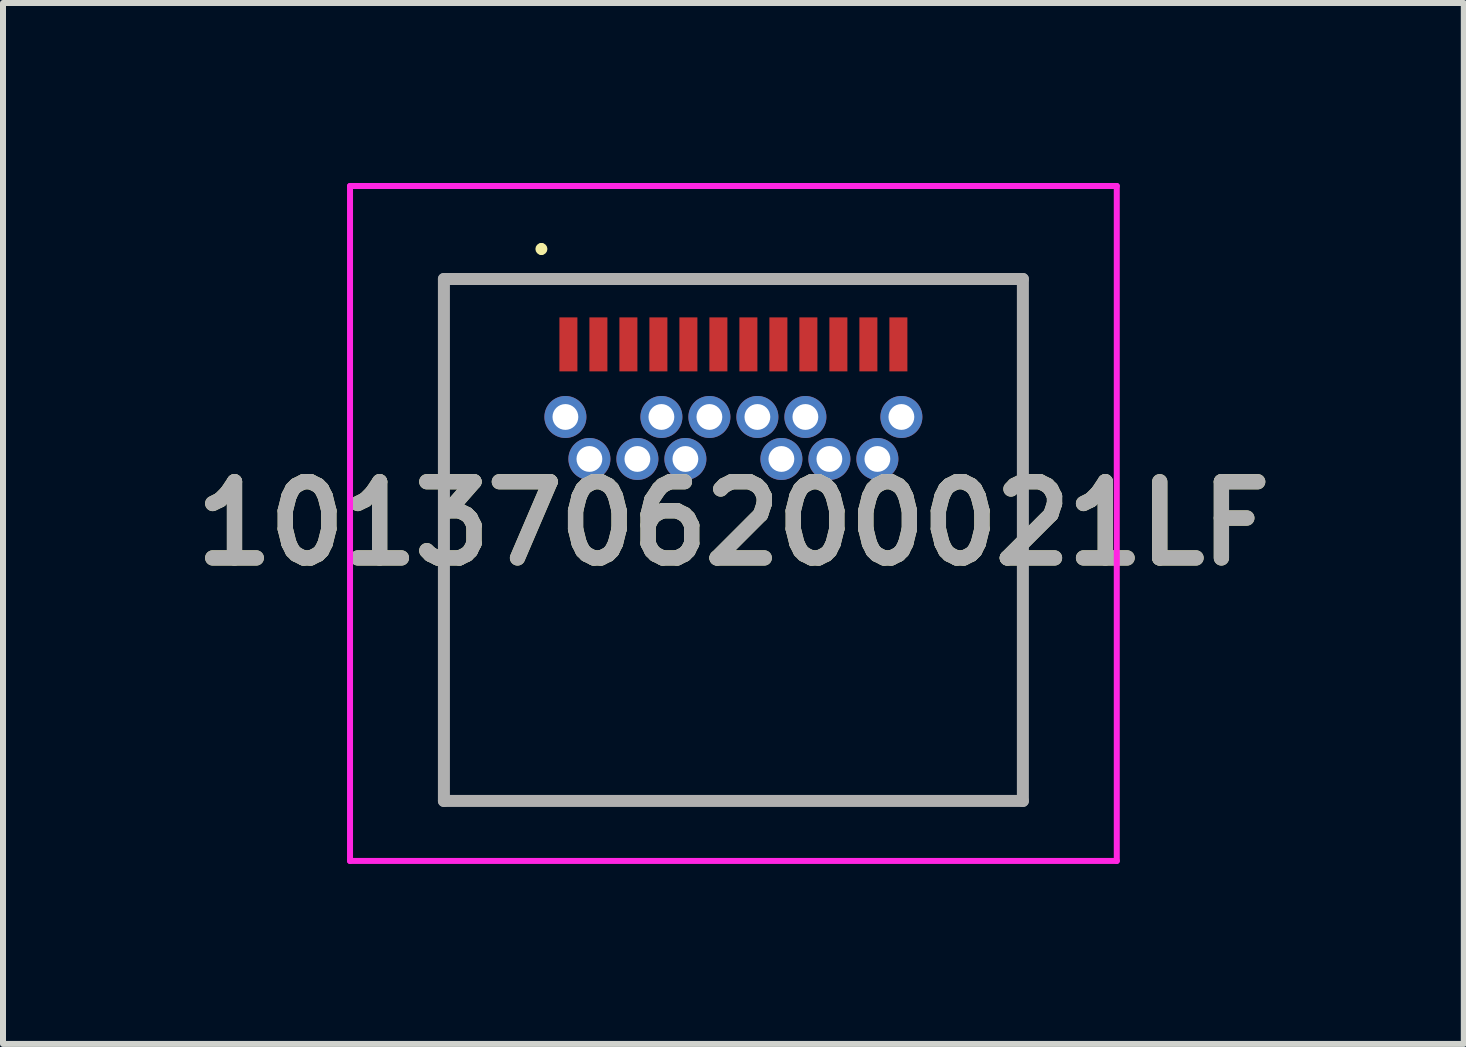
<source format=kicad_pcb>
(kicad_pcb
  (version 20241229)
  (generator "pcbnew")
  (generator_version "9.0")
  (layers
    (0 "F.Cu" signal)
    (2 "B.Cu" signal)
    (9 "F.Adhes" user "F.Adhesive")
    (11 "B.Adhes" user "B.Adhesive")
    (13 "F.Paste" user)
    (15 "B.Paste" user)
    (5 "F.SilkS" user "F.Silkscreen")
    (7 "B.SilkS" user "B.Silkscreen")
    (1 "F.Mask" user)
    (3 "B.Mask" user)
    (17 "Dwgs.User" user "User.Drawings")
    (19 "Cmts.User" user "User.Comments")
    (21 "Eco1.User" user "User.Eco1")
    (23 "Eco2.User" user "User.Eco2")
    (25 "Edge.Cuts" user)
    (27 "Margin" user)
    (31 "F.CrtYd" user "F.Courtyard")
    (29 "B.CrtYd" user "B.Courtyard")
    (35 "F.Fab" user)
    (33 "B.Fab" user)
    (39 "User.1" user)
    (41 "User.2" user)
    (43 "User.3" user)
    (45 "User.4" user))
  (footprint "1013706200021LF"
    (layer "F.Cu")
    (at 9.174 4.5)
    (property "Reference" "1013706200021LF" (at 0 1.175 0) (layer "F.SilkS") (effects (font (size 1.27 1.27) (thickness 0.254))))
    (attr through_hole)
    (fp_line (start -3.2 -3.45) (end -3.2 -3.45) (stroke (width 0.1) (type solid)) (layer "F.SilkS"))
    (fp_line (start -3.2 -3.35) (end -3.2 -3.35) (stroke (width 0.1) (type solid)) (layer "F.SilkS"))
    (fp_arc (start -3.2 -3.45) (mid -3.15 -3.4) (end -3.2 -3.35) (stroke (width 0.1) (type solid)) (layer "F.SilkS"))
    (fp_arc (start -3.2 -3.35) (mid -3.25 -3.4) (end -3.2 -3.45) (stroke (width 0.1) (type solid)) (layer "F.SilkS"))
    (fp_line (start -6.39 -4.45) (end 6.39 -4.45) (stroke (width 0.1) (type solid)) (layer "F.CrtYd"))
    (fp_line (start -6.39 6.8) (end -6.39 -4.45) (stroke (width 0.1) (type solid)) (layer "F.CrtYd"))
    (fp_line (start 6.39 -4.45) (end 6.39 6.8) (stroke (width 0.1) (type solid)) (layer "F.CrtYd"))
    (fp_line (start 6.39 6.8) (end -6.39 6.8) (stroke (width 0.1) (type solid)) (layer "F.CrtYd"))
    (fp_line (start -4.825 -2.9) (end 4.825 -2.9) (stroke (width 0.2) (type solid)) (layer "F.Fab"))
    (fp_line (start -4.825 5.8) (end -4.825 -2.9) (stroke (width 0.2) (type solid)) (layer "F.Fab"))
    (fp_line (start 4.825 -2.9) (end 4.825 5.8) (stroke (width 0.2) (type solid)) (layer "F.Fab"))
    (fp_line (start 4.825 5.8) (end -4.825 5.8) (stroke (width 0.2) (type solid)) (layer "F.Fab"))
    (fp_text user "${REFERENCE}" (at 0 1.175 0) (layer "F.Fab") (effects (font (size 1.27 1.27) (thickness 0.254))))
    (pad "" np_thru_hole circle (at -3.6 -1.25) (size 0.001 0.001) (drill 0.675) (layers "*.Cu" "*.Mask"))
    (pad "" np_thru_hole circle (at 3.6 -1.25) (size 0.001 0.001) (drill 0.95) (layers "*.Cu" "*.Mask"))
    (pad "A1" smd rect (at -2.75 -1.81) (size 0.3 0.9) (layers "F.Cu" "F.Mask" "F.Paste"))
    (pad "A2" smd rect (at -2.25 -1.81) (size 0.3 0.9) (layers "F.Cu" "F.Mask" "F.Paste"))
    (pad "A3" smd rect (at -1.75 -1.81) (size 0.3 0.9) (layers "F.Cu" "F.Mask" "F.Paste"))
    (pad "A4" smd rect (at -1.25 -1.81) (size 0.3 0.9) (layers "F.Cu" "F.Mask" "F.Paste"))
    (pad "A5" smd rect (at -0.75 -1.81) (size 0.3 0.9) (layers "F.Cu" "F.Mask" "F.Paste"))
    (pad "A6" smd rect (at -0.25 -1.81) (size 0.3 0.9) (layers "F.Cu" "F.Mask" "F.Paste"))
    (pad "A7" smd rect (at 0.25 -1.81) (size 0.3 0.9) (layers "F.Cu" "F.Mask" "F.Paste"))
    (pad "A8" smd rect (at 0.75 -1.81) (size 0.3 0.9) (layers "F.Cu" "F.Mask" "F.Paste"))
    (pad "A9" smd rect (at 1.25 -1.81) (size 0.3 0.9) (layers "F.Cu" "F.Mask" "F.Paste"))
    (pad "A10" smd rect (at 1.75 -1.81) (size 0.3 0.9) (layers "F.Cu" "F.Mask" "F.Paste"))
    (pad "A11" smd rect (at 2.25 -1.81) (size 0.3 0.9) (layers "F.Cu" "F.Mask" "F.Paste"))
    (pad "A12" smd rect (at 2.75 -1.81) (size 0.3 0.9) (layers "F.Cu" "F.Mask" "F.Paste"))
    (pad "B1" thru_hole circle (at 2.8 -0.6) (size 0.7 0.7) (drill 0.43) (layers "*.Cu" "*.Mask"))
    (pad "B2" thru_hole circle (at 2.4 0.1) (size 0.7 0.7) (drill 0.43) (layers "*.Cu" "*.Mask"))
    (pad "B3" thru_hole circle (at 1.6 0.1) (size 0.7 0.7) (drill 0.43) (layers "*.Cu" "*.Mask"))
    (pad "B4" thru_hole circle (at 1.2 -0.6) (size 0.7 0.7) (drill 0.43) (layers "*.Cu" "*.Mask"))
    (pad "B5" thru_hole circle (at 0.8 0.1) (size 0.7 0.7) (drill 0.43) (layers "*.Cu" "*.Mask"))
    (pad "B6" thru_hole circle (at 0.4 -0.6) (size 0.7 0.7) (drill 0.43) (layers "*.Cu" "*.Mask"))
    (pad "B7" thru_hole circle (at -0.4 -0.6) (size 0.7 0.7) (drill 0.43) (layers "*.Cu" "*.Mask"))
    (pad "B8" thru_hole circle (at -0.8 0.1) (size 0.7 0.7) (drill 0.43) (layers "*.Cu" "*.Mask"))
    (pad "B9" thru_hole circle (at -1.2 -0.6) (size 0.7 0.7) (drill 0.43) (layers "*.Cu" "*.Mask"))
    (pad "B10" thru_hole circle (at -1.6 0.1) (size 0.7 0.7) (drill 0.43) (layers "*.Cu" "*.Mask"))
    (pad "B11" thru_hole circle (at -2.4 0.1) (size 0.7 0.7) (drill 0.43) (layers "*.Cu" "*.Mask"))
    (pad "B12" thru_hole circle (at -2.8 -0.6) (size 0.7 0.7) (drill 0.43) (layers "*.Cu" "*.Mask")))
  (gr_rect
    (start -3 -3)
    (end 21.348 14.35)
    (stroke (width 0.1) (type default))
    (fill no)
    (layer "Edge.Cuts")))
</source>
